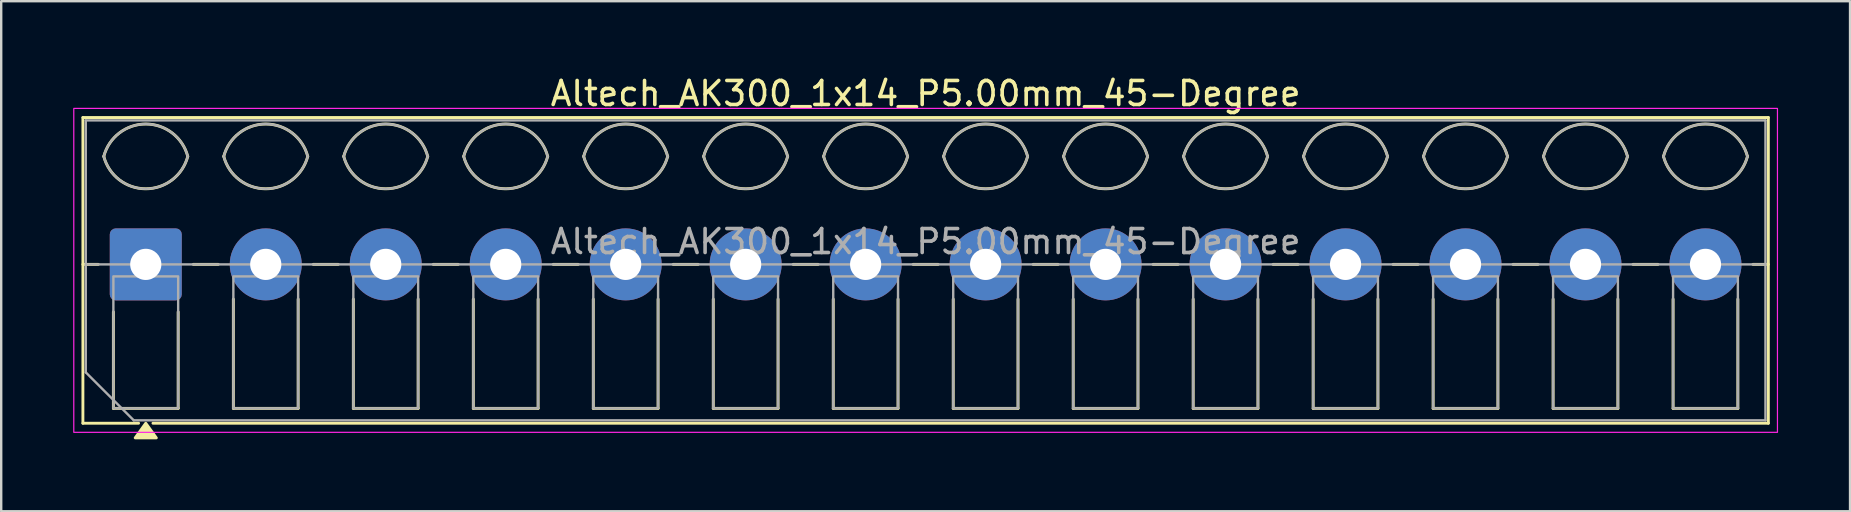
<source format=kicad_pcb>
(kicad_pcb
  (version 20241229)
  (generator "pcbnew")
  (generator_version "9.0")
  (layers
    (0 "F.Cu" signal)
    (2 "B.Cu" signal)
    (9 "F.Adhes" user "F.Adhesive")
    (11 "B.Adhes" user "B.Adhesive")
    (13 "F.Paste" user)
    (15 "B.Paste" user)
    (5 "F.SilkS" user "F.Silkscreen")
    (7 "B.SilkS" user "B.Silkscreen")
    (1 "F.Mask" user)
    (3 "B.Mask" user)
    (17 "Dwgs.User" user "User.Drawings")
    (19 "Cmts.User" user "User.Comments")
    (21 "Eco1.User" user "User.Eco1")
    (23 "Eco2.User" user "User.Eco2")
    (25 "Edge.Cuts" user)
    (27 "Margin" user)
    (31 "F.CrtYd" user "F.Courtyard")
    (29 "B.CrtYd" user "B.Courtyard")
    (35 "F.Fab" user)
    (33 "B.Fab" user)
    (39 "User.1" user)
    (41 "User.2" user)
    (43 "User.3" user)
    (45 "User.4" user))
  (footprint "Altech_AK300_1x14_P5.00mm_45-Degree"
    (layer "F.Cu")
    (at 3.025 7.968)
    (property "Reference" "Altech_AK300_1x14_P5.00mm_45-Degree" (at 32.5 -7.12 0) (layer "F.SilkS") (effects (font (size 1 1) (thickness 0.15))))
    (attr through_hole)
    (fp_line (start -2.62 -6.12) (end 67.62 -6.12) (stroke (width 0.12) (type solid)) (layer "F.SilkS"))
    (fp_line (start -2.62 0) (end -1.98 0) (stroke (width 0.12) (type solid)) (layer "F.SilkS"))
    (fp_line (start -2.62 6.62) (end -2.62 -6.12) (stroke (width 0.12) (type solid)) (layer "F.SilkS"))
    (fp_line (start -1.35 6) (end -1.35 1.98) (stroke (width 0.12) (type solid)) (layer "F.SilkS"))
    (fp_line (start -0.3 6.62) (end -2.62 6.62) (stroke (width 0.12) (type solid)) (layer "F.SilkS"))
    (fp_line (start 1.35 1.98) (end 1.35 6) (stroke (width 0.12) (type solid)) (layer "F.SilkS"))
    (fp_line (start 1.35 6) (end -1.35 6) (stroke (width 0.12) (type solid)) (layer "F.SilkS"))
    (fp_line (start 1.98 0) (end 3.02 0) (stroke (width 0.12) (type solid)) (layer "F.SilkS"))
    (fp_line (start 3.65 6) (end 3.65 1.448) (stroke (width 0.12) (type solid)) (layer "F.SilkS"))
    (fp_line (start 6.35 1.448) (end 6.35 6) (stroke (width 0.12) (type solid)) (layer "F.SilkS"))
    (fp_line (start 6.35 6) (end 3.65 6) (stroke (width 0.12) (type solid)) (layer "F.SilkS"))
    (fp_line (start 6.98 0) (end 8.02 0) (stroke (width 0.12) (type solid)) (layer "F.SilkS"))
    (fp_line (start 8.65 6) (end 8.65 1.448) (stroke (width 0.12) (type solid)) (layer "F.SilkS"))
    (fp_line (start 11.35 1.448) (end 11.35 6) (stroke (width 0.12) (type solid)) (layer "F.SilkS"))
    (fp_line (start 11.35 6) (end 8.65 6) (stroke (width 0.12) (type solid)) (layer "F.SilkS"))
    (fp_line (start 11.98 0) (end 13.02 0) (stroke (width 0.12) (type solid)) (layer "F.SilkS"))
    (fp_line (start 13.65 6) (end 13.65 1.448) (stroke (width 0.12) (type solid)) (layer "F.SilkS"))
    (fp_line (start 16.35 1.448) (end 16.35 6) (stroke (width 0.12) (type solid)) (layer "F.SilkS"))
    (fp_line (start 16.35 6) (end 13.65 6) (stroke (width 0.12) (type solid)) (layer "F.SilkS"))
    (fp_line (start 16.98 0) (end 18.02 0) (stroke (width 0.12) (type solid)) (layer "F.SilkS"))
    (fp_line (start 18.65 6) (end 18.65 1.448) (stroke (width 0.12) (type solid)) (layer "F.SilkS"))
    (fp_line (start 21.35 1.448) (end 21.35 6) (stroke (width 0.12) (type solid)) (layer "F.SilkS"))
    (fp_line (start 21.35 6) (end 18.65 6) (stroke (width 0.12) (type solid)) (layer "F.SilkS"))
    (fp_line (start 21.98 0) (end 23.02 0) (stroke (width 0.12) (type solid)) (layer "F.SilkS"))
    (fp_line (start 23.65 6) (end 23.65 1.448) (stroke (width 0.12) (type solid)) (layer "F.SilkS"))
    (fp_line (start 26.35 1.448) (end 26.35 6) (stroke (width 0.12) (type solid)) (layer "F.SilkS"))
    (fp_line (start 26.35 6) (end 23.65 6) (stroke (width 0.12) (type solid)) (layer "F.SilkS"))
    (fp_line (start 26.98 0) (end 28.02 0) (stroke (width 0.12) (type solid)) (layer "F.SilkS"))
    (fp_line (start 28.65 6) (end 28.65 1.448) (stroke (width 0.12) (type solid)) (layer "F.SilkS"))
    (fp_line (start 31.35 1.448) (end 31.35 6) (stroke (width 0.12) (type solid)) (layer "F.SilkS"))
    (fp_line (start 31.35 6) (end 28.65 6) (stroke (width 0.12) (type solid)) (layer "F.SilkS"))
    (fp_line (start 31.98 0) (end 33.02 0) (stroke (width 0.12) (type solid)) (layer "F.SilkS"))
    (fp_line (start 33.65 6) (end 33.65 1.448) (stroke (width 0.12) (type solid)) (layer "F.SilkS"))
    (fp_line (start 36.35 1.448) (end 36.35 6) (stroke (width 0.12) (type solid)) (layer "F.SilkS"))
    (fp_line (start 36.35 6) (end 33.65 6) (stroke (width 0.12) (type solid)) (layer "F.SilkS"))
    (fp_line (start 36.98 0) (end 38.02 0) (stroke (width 0.12) (type solid)) (layer "F.SilkS"))
    (fp_line (start 38.65 6) (end 38.65 1.448) (stroke (width 0.12) (type solid)) (layer "F.SilkS"))
    (fp_line (start 41.35 1.448) (end 41.35 6) (stroke (width 0.12) (type solid)) (layer "F.SilkS"))
    (fp_line (start 41.35 6) (end 38.65 6) (stroke (width 0.12) (type solid)) (layer "F.SilkS"))
    (fp_line (start 41.98 0) (end 43.02 0) (stroke (width 0.12) (type solid)) (layer "F.SilkS"))
    (fp_line (start 43.65 6) (end 43.65 1.448) (stroke (width 0.12) (type solid)) (layer "F.SilkS"))
    (fp_line (start 46.35 1.448) (end 46.35 6) (stroke (width 0.12) (type solid)) (layer "F.SilkS"))
    (fp_line (start 46.35 6) (end 43.65 6) (stroke (width 0.12) (type solid)) (layer "F.SilkS"))
    (fp_line (start 46.98 0) (end 48.02 0) (stroke (width 0.12) (type solid)) (layer "F.SilkS"))
    (fp_line (start 48.65 6) (end 48.65 1.448) (stroke (width 0.12) (type solid)) (layer "F.SilkS"))
    (fp_line (start 51.35 1.448) (end 51.35 6) (stroke (width 0.12) (type solid)) (layer "F.SilkS"))
    (fp_line (start 51.35 6) (end 48.65 6) (stroke (width 0.12) (type solid)) (layer "F.SilkS"))
    (fp_line (start 51.98 0) (end 53.02 0) (stroke (width 0.12) (type solid)) (layer "F.SilkS"))
    (fp_line (start 53.65 6) (end 53.65 1.448) (stroke (width 0.12) (type solid)) (layer "F.SilkS"))
    (fp_line (start 56.35 1.448) (end 56.35 6) (stroke (width 0.12) (type solid)) (layer "F.SilkS"))
    (fp_line (start 56.35 6) (end 53.65 6) (stroke (width 0.12) (type solid)) (layer "F.SilkS"))
    (fp_line (start 56.98 0) (end 58.02 0) (stroke (width 0.12) (type solid)) (layer "F.SilkS"))
    (fp_line (start 58.65 6) (end 58.65 1.448) (stroke (width 0.12) (type solid)) (layer "F.SilkS"))
    (fp_line (start 61.35 1.448) (end 61.35 6) (stroke (width 0.12) (type solid)) (layer "F.SilkS"))
    (fp_line (start 61.35 6) (end 58.65 6) (stroke (width 0.12) (type solid)) (layer "F.SilkS"))
    (fp_line (start 61.98 0) (end 63.02 0) (stroke (width 0.12) (type solid)) (layer "F.SilkS"))
    (fp_line (start 63.65 6) (end 63.65 1.448) (stroke (width 0.12) (type solid)) (layer "F.SilkS"))
    (fp_line (start 66.35 1.448) (end 66.35 6) (stroke (width 0.12) (type solid)) (layer "F.SilkS"))
    (fp_line (start 66.35 6) (end 63.65 6) (stroke (width 0.12) (type solid)) (layer "F.SilkS"))
    (fp_line (start 66.98 0) (end 67.62 0) (stroke (width 0.12) (type solid)) (layer "F.SilkS"))
    (fp_line (start 67.62 -6.12) (end 67.62 6.62) (stroke (width 0.12) (type solid)) (layer "F.SilkS"))
    (fp_line (start 67.62 6.62) (end 0.3 6.62) (stroke (width 0.12) (type solid)) (layer "F.SilkS"))
    (fp_arc (start -1.75 -4.5) (mid 0 -5.85) (end 1.75 -4.5) (stroke (width 0.12) (type solid)) (layer "F.SilkS"))
    (fp_arc (start 1.75 -4.5) (mid 0 -3.15) (end -1.75 -4.5) (stroke (width 0.12) (type solid)) (layer "F.SilkS"))
    (fp_arc (start 3.25 -4.5) (mid 5 -5.85) (end 6.75 -4.5) (stroke (width 0.12) (type solid)) (layer "F.SilkS"))
    (fp_arc (start 6.75 -4.5) (mid 5 -3.15) (end 3.25 -4.5) (stroke (width 0.12) (type solid)) (layer "F.SilkS"))
    (fp_arc (start 8.25 -4.5) (mid 10 -5.85) (end 11.75 -4.5) (stroke (width 0.12) (type solid)) (layer "F.SilkS"))
    (fp_arc (start 11.75 -4.5) (mid 10 -3.15) (end 8.25 -4.5) (stroke (width 0.12) (type solid)) (layer "F.SilkS"))
    (fp_arc (start 13.25 -4.5) (mid 15 -5.85) (end 16.75 -4.5) (stroke (width 0.12) (type solid)) (layer "F.SilkS"))
    (fp_arc (start 16.75 -4.5) (mid 15 -3.15) (end 13.25 -4.5) (stroke (width 0.12) (type solid)) (layer "F.SilkS"))
    (fp_arc (start 18.25 -4.5) (mid 20 -5.85) (end 21.75 -4.5) (stroke (width 0.12) (type solid)) (layer "F.SilkS"))
    (fp_arc (start 21.75 -4.5) (mid 20 -3.15) (end 18.25 -4.5) (stroke (width 0.12) (type solid)) (layer "F.SilkS"))
    (fp_arc (start 23.25 -4.5) (mid 25 -5.85) (end 26.75 -4.5) (stroke (width 0.12) (type solid)) (layer "F.SilkS"))
    (fp_arc (start 26.75 -4.5) (mid 25 -3.15) (end 23.25 -4.5) (stroke (width 0.12) (type solid)) (layer "F.SilkS"))
    (fp_arc (start 28.25 -4.5) (mid 30 -5.85) (end 31.75 -4.5) (stroke (width 0.12) (type solid)) (layer "F.SilkS"))
    (fp_arc (start 31.75 -4.5) (mid 30 -3.15) (end 28.25 -4.5) (stroke (width 0.12) (type solid)) (layer "F.SilkS"))
    (fp_arc (start 33.25 -4.5) (mid 35 -5.85) (end 36.75 -4.5) (stroke (width 0.12) (type solid)) (layer "F.SilkS"))
    (fp_arc (start 36.75 -4.5) (mid 35 -3.15) (end 33.25 -4.5) (stroke (width 0.12) (type solid)) (layer "F.SilkS"))
    (fp_arc (start 38.25 -4.5) (mid 40 -5.85) (end 41.75 -4.5) (stroke (width 0.12) (type solid)) (layer "F.SilkS"))
    (fp_arc (start 41.75 -4.5) (mid 40 -3.15) (end 38.25 -4.5) (stroke (width 0.12) (type solid)) (layer "F.SilkS"))
    (fp_arc (start 43.25 -4.5) (mid 45 -5.85) (end 46.75 -4.5) (stroke (width 0.12) (type solid)) (layer "F.SilkS"))
    (fp_arc (start 46.75 -4.5) (mid 45 -3.15) (end 43.25 -4.5) (stroke (width 0.12) (type solid)) (layer "F.SilkS"))
    (fp_arc (start 48.25 -4.5) (mid 50 -5.85) (end 51.75 -4.5) (stroke (width 0.12) (type solid)) (layer "F.SilkS"))
    (fp_arc (start 51.75 -4.5) (mid 50 -3.15) (end 48.25 -4.5) (stroke (width 0.12) (type solid)) (layer "F.SilkS"))
    (fp_arc (start 53.25 -4.5) (mid 55 -5.85) (end 56.75 -4.5) (stroke (width 0.12) (type solid)) (layer "F.SilkS"))
    (fp_arc (start 56.75 -4.5) (mid 55 -3.15) (end 53.25 -4.5) (stroke (width 0.12) (type solid)) (layer "F.SilkS"))
    (fp_arc (start 58.25 -4.5) (mid 60 -5.85) (end 61.75 -4.5) (stroke (width 0.12) (type solid)) (layer "F.SilkS"))
    (fp_arc (start 61.75 -4.5) (mid 60 -3.15) (end 58.25 -4.5) (stroke (width 0.12) (type solid)) (layer "F.SilkS"))
    (fp_arc (start 63.25 -4.5) (mid 65 -5.85) (end 66.75 -4.5) (stroke (width 0.12) (type solid)) (layer "F.SilkS"))
    (fp_arc (start 66.75 -4.5) (mid 65 -3.15) (end 63.25 -4.5) (stroke (width 0.12) (type solid)) (layer "F.SilkS"))
    (fp_poly (pts (xy 0 6.62) (xy 0.44 7.23) (xy -0.44 7.23)) (stroke (width 0.12) (type solid)) (fill yes) (layer "F.SilkS"))
    (fp_rect (start -3 -6.5) (end 68 7) (stroke (width 0.05) (type solid)) (fill no) (layer "F.CrtYd"))
    (fp_line (start -2.5 -6) (end 67.5 -6) (stroke (width 0.1) (type solid)) (layer "F.Fab"))
    (fp_line (start -2.5 0) (end 67.5 0) (stroke (width 0.1) (type solid)) (layer "F.Fab"))
    (fp_line (start -2.5 4.5) (end -2.5 -6) (stroke (width 0.1) (type solid)) (layer "F.Fab"))
    (fp_line (start -0.5 6.5) (end -2.5 4.5) (stroke (width 0.1) (type solid)) (layer "F.Fab"))
    (fp_line (start 67.5 -6) (end 67.5 6.5) (stroke (width 0.1) (type solid)) (layer "F.Fab"))
    (fp_line (start 67.5 6.5) (end -0.5 6.5) (stroke (width 0.1) (type solid)) (layer "F.Fab"))
    (fp_rect (start -1.35 0.5) (end 1.35 6) (stroke (width 0.1) (type solid)) (fill no) (layer "F.Fab"))
    (fp_rect (start 3.65 0.5) (end 6.35 6) (stroke (width 0.1) (type solid)) (fill no) (layer "F.Fab"))
    (fp_rect (start 8.65 0.5) (end 11.351 6) (stroke (width 0.1) (type solid)) (fill no) (layer "F.Fab"))
    (fp_rect (start 13.65 0.5) (end 16.351 6) (stroke (width 0.1) (type solid)) (fill no) (layer "F.Fab"))
    (fp_rect (start 18.65 0.5) (end 21.35 6) (stroke (width 0.1) (type solid)) (fill no) (layer "F.Fab"))
    (fp_rect (start 23.65 0.5) (end 26.35 6) (stroke (width 0.1) (type solid)) (fill no) (layer "F.Fab"))
    (fp_rect (start 28.65 0.5) (end 31.35 6) (stroke (width 0.1) (type solid)) (fill no) (layer "F.Fab"))
    (fp_rect (start 33.65 0.5) (end 36.35 6) (stroke (width 0.1) (type solid)) (fill no) (layer "F.Fab"))
    (fp_rect (start 38.65 0.5) (end 41.35 6) (stroke (width 0.1) (type solid)) (fill no) (layer "F.Fab"))
    (fp_rect (start 43.65 0.5) (end 46.35 6) (stroke (width 0.1) (type solid)) (fill no) (layer "F.Fab"))
    (fp_rect (start 48.65 0.5) (end 51.35 6) (stroke (width 0.1) (type solid)) (fill no) (layer "F.Fab"))
    (fp_rect (start 53.65 0.5) (end 56.35 6) (stroke (width 0.1) (type solid)) (fill no) (layer "F.Fab"))
    (fp_rect (start 58.65 0.5) (end 61.35 6) (stroke (width 0.1) (type solid)) (fill no) (layer "F.Fab"))
    (fp_rect (start 63.65 0.5) (end 66.35 6) (stroke (width 0.1) (type solid)) (fill no) (layer "F.Fab"))
    (fp_arc (start -1.75 -4.5) (mid 0 -5.85) (end 1.75 -4.5) (stroke (width 0.1) (type solid)) (layer "F.Fab"))
    (fp_arc (start 1.75 -4.5) (mid 0 -3.15) (end -1.75 -4.5) (stroke (width 0.1) (type solid)) (layer "F.Fab"))
    (fp_arc (start 3.25 -4.5) (mid 5 -5.85) (end 6.75 -4.5) (stroke (width 0.1) (type solid)) (layer "F.Fab"))
    (fp_arc (start 6.75 -4.5) (mid 5 -3.15) (end 3.25 -4.5) (stroke (width 0.1) (type solid)) (layer "F.Fab"))
    (fp_arc (start 8.25 -4.5) (mid 10 -5.85) (end 11.75 -4.5) (stroke (width 0.1) (type solid)) (layer "F.Fab"))
    (fp_arc (start 11.75 -4.5) (mid 10 -3.15) (end 8.25 -4.5) (stroke (width 0.1) (type solid)) (layer "F.Fab"))
    (fp_arc (start 13.25 -4.5) (mid 15 -5.85) (end 16.75 -4.5) (stroke (width 0.1) (type solid)) (layer "F.Fab"))
    (fp_arc (start 16.75 -4.5) (mid 15 -3.15) (end 13.25 -4.5) (stroke (width 0.1) (type solid)) (layer "F.Fab"))
    (fp_arc (start 18.25 -4.5) (mid 20 -5.85) (end 21.75 -4.5) (stroke (width 0.1) (type solid)) (layer "F.Fab"))
    (fp_arc (start 21.75 -4.5) (mid 20 -3.15) (end 18.25 -4.5) (stroke (width 0.1) (type solid)) (layer "F.Fab"))
    (fp_arc (start 23.25 -4.5) (mid 25 -5.85) (end 26.75 -4.5) (stroke (width 0.1) (type solid)) (layer "F.Fab"))
    (fp_arc (start 26.75 -4.5) (mid 25 -3.15) (end 23.25 -4.5) (stroke (width 0.1) (type solid)) (layer "F.Fab"))
    (fp_arc (start 28.25 -4.5) (mid 30 -5.85) (end 31.75 -4.5) (stroke (width 0.1) (type solid)) (layer "F.Fab"))
    (fp_arc (start 31.75 -4.5) (mid 30 -3.15) (end 28.25 -4.5) (stroke (width 0.1) (type solid)) (layer "F.Fab"))
    (fp_arc (start 33.25 -4.5) (mid 35 -5.85) (end 36.75 -4.5) (stroke (width 0.1) (type solid)) (layer "F.Fab"))
    (fp_arc (start 36.75 -4.5) (mid 35 -3.15) (end 33.25 -4.5) (stroke (width 0.1) (type solid)) (layer "F.Fab"))
    (fp_arc (start 38.25 -4.5) (mid 40 -5.85) (end 41.75 -4.5) (stroke (width 0.1) (type solid)) (layer "F.Fab"))
    (fp_arc (start 41.75 -4.5) (mid 40 -3.15) (end 38.25 -4.5) (stroke (width 0.1) (type solid)) (layer "F.Fab"))
    (fp_arc (start 43.25 -4.5) (mid 45 -5.85) (end 46.75 -4.5) (stroke (width 0.1) (type solid)) (layer "F.Fab"))
    (fp_arc (start 46.75 -4.5) (mid 45 -3.15) (end 43.25 -4.5) (stroke (width 0.1) (type solid)) (layer "F.Fab"))
    (fp_arc (start 48.25 -4.5) (mid 50 -5.85) (end 51.75 -4.5) (stroke (width 0.1) (type solid)) (layer "F.Fab"))
    (fp_arc (start 51.75 -4.5) (mid 50 -3.15) (end 48.25 -4.5) (stroke (width 0.1) (type solid)) (layer "F.Fab"))
    (fp_arc (start 53.25 -4.5) (mid 55 -5.85) (end 56.75 -4.5) (stroke (width 0.1) (type solid)) (layer "F.Fab"))
    (fp_arc (start 56.75 -4.5) (mid 55 -3.15) (end 53.25 -4.5) (stroke (width 0.1) (type solid)) (layer "F.Fab"))
    (fp_arc (start 58.25 -4.5) (mid 60 -5.85) (end 61.75 -4.5) (stroke (width 0.1) (type solid)) (layer "F.Fab"))
    (fp_arc (start 61.75 -4.5) (mid 60 -3.15) (end 58.25 -4.5) (stroke (width 0.1) (type solid)) (layer "F.Fab"))
    (fp_arc (start 63.25 -4.5) (mid 65 -5.85) (end 66.75 -4.5) (stroke (width 0.1) (type solid)) (layer "F.Fab"))
    (fp_arc (start 66.75 -4.5) (mid 65 -3.15) (end 63.25 -4.5) (stroke (width 0.1) (type solid)) (layer "F.Fab"))
    (fp_text user "${REFERENCE}" (at 32.5 -0.95 0) (layer "F.Fab") (effects (font (size 1 1) (thickness 0.15))))
    (pad "1" thru_hole roundrect (at 0 0) (size 3 3) (drill 1.3) (layers "*.Cu" "*.Mask") (roundrect_rratio 0.083))
    (pad "2" thru_hole circle (at 5 0) (size 3 3) (drill 1.3) (layers "*.Cu" "*.Mask"))
    (pad "3" thru_hole circle (at 10 0) (size 3 3) (drill 1.3) (layers "*.Cu" "*.Mask"))
    (pad "4" thru_hole circle (at 15 0) (size 3 3) (drill 1.3) (layers "*.Cu" "*.Mask"))
    (pad "5" thru_hole circle (at 20 0) (size 3 3) (drill 1.3) (layers "*.Cu" "*.Mask"))
    (pad "6" thru_hole circle (at 25 0) (size 3 3) (drill 1.3) (layers "*.Cu" "*.Mask"))
    (pad "7" thru_hole circle (at 30 0) (size 3 3) (drill 1.3) (layers "*.Cu" "*.Mask"))
    (pad "8" thru_hole circle (at 35 0) (size 3 3) (drill 1.3) (layers "*.Cu" "*.Mask"))
    (pad "9" thru_hole circle (at 40 0) (size 3 3) (drill 1.3) (layers "*.Cu" "*.Mask"))
    (pad "10" thru_hole circle (at 45 0) (size 3 3) (drill 1.3) (layers "*.Cu" "*.Mask"))
    (pad "11" thru_hole circle (at 50 0) (size 3 3) (drill 1.3) (layers "*.Cu" "*.Mask"))
    (pad "12" thru_hole circle (at 55 0) (size 3 3) (drill 1.3) (layers "*.Cu" "*.Mask"))
    (pad "13" thru_hole circle (at 60 0) (size 3 3) (drill 1.3) (layers "*.Cu" "*.Mask"))
    (pad "14" thru_hole circle (at 65 0) (size 3 3) (drill 1.3) (layers "*.Cu" "*.Mask")))
  (gr_rect
    (start -3 -3)
    (end 74.05 18.258)
    (stroke (width 0.1) (type default))
    (fill no)
    (layer "Edge.Cuts")))
</source>
